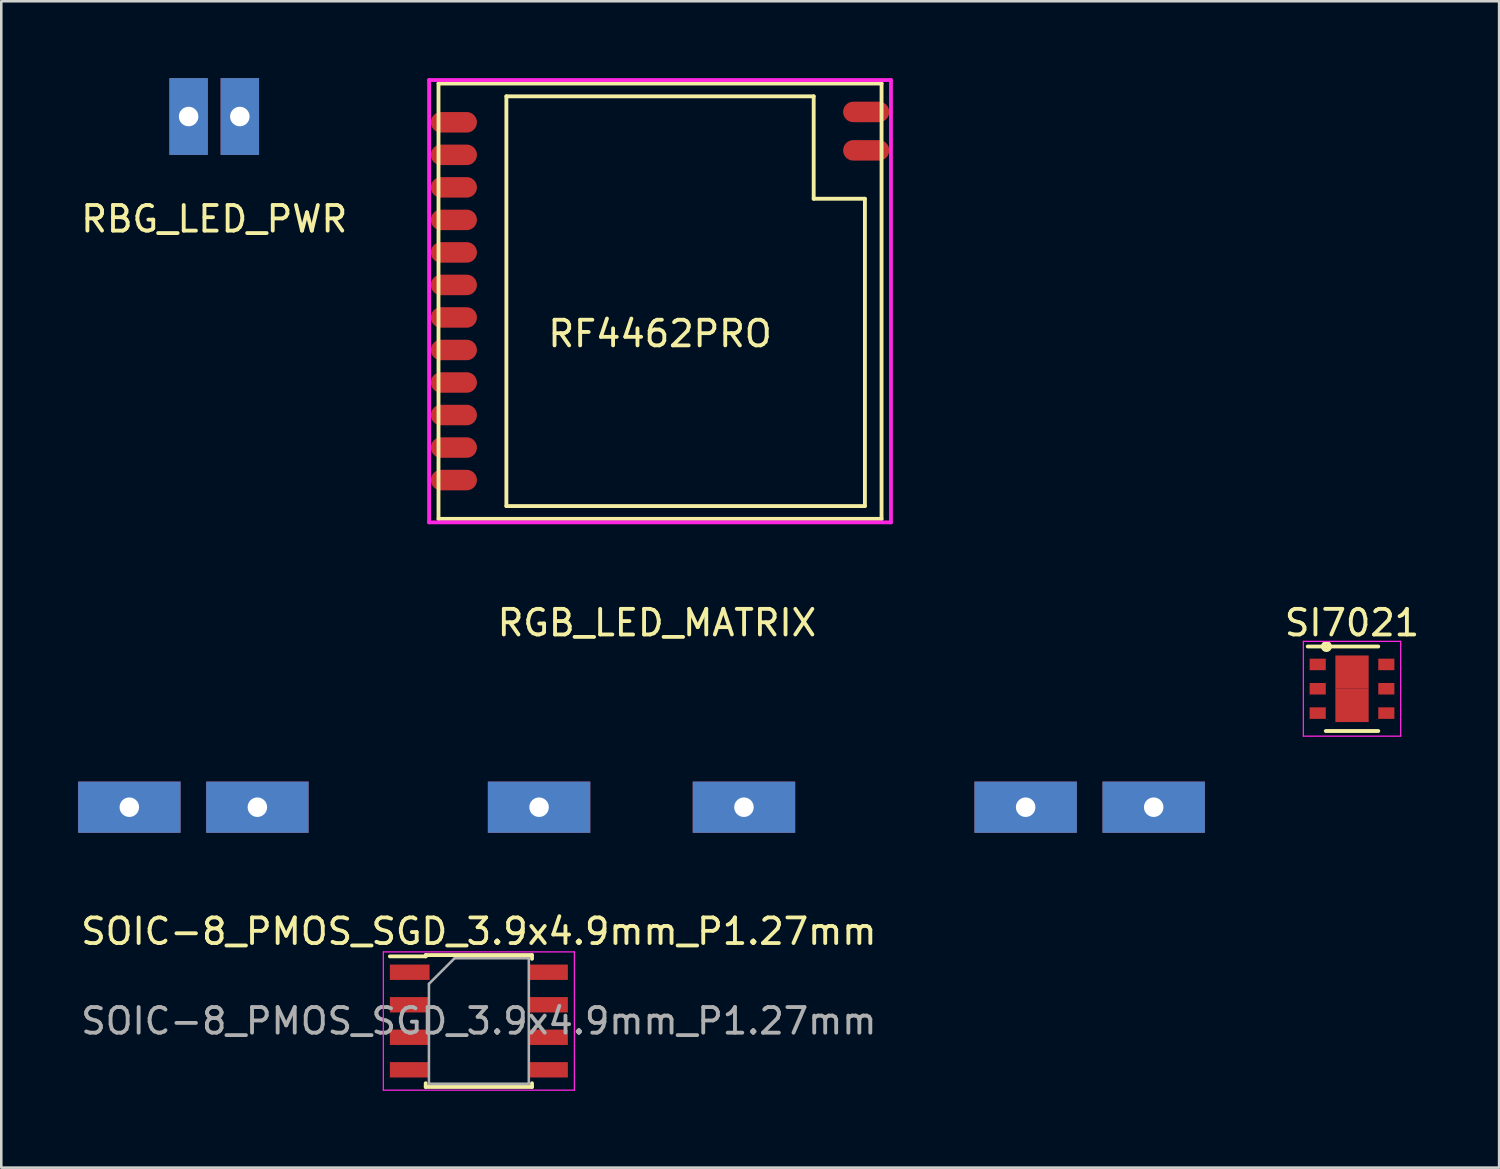
<source format=kicad_pcb>
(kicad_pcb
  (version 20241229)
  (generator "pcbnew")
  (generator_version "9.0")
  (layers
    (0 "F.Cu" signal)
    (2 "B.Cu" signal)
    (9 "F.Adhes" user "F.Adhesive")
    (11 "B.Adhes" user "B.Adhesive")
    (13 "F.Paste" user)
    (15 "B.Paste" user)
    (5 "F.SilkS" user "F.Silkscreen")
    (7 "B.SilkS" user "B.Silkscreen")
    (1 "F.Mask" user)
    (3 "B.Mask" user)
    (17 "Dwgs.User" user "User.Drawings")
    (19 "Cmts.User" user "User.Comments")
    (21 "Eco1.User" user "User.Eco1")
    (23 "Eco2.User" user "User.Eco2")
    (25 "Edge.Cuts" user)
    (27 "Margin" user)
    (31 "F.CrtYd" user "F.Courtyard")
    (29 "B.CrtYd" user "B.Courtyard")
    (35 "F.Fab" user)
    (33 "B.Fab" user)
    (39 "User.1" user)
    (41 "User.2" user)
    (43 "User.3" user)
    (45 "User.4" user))
  (footprint "RF4462PRO"
    (layer "F.Cu")
    (at 22.723 8.711)
    (property "Reference" "RF4462PRO" (at 0 1.27 0) (layer "F.SilkS") (effects (font (size 1 1) (thickness 0.15))))
    (attr smd)
    (fp_line (start -8.65 -8.5) (end 8.65 -8.5) (stroke (width 0.15) (type solid)) (layer "F.SilkS"))
    (fp_line (start -8.65 8.5) (end -8.65 -8.5) (stroke (width 0.15) (type solid)) (layer "F.SilkS"))
    (fp_line (start -6 -8) (end -6 8) (stroke (width 0.15) (type solid)) (layer "F.SilkS"))
    (fp_line (start -6 8) (end 8 8) (stroke (width 0.15) (type solid)) (layer "F.SilkS"))
    (fp_line (start 6 -8) (end -6 -8) (stroke (width 0.15) (type solid)) (layer "F.SilkS"))
    (fp_line (start 6 -4) (end 6 -8) (stroke (width 0.15) (type solid)) (layer "F.SilkS"))
    (fp_line (start 8 -4) (end 6 -4) (stroke (width 0.15) (type solid)) (layer "F.SilkS"))
    (fp_line (start 8 8) (end 8 -4) (stroke (width 0.15) (type solid)) (layer "F.SilkS"))
    (fp_line (start 8.65 -8.5) (end 8.65 8.5) (stroke (width 0.15) (type solid)) (layer "F.SilkS"))
    (fp_line (start 8.65 8.5) (end -8.65 8.5) (stroke (width 0.15) (type solid)) (layer "F.SilkS"))
    (fp_line (start -9.017 -8.636) (end 9.017 -8.636) (stroke (width 0.15) (type solid)) (layer "F.CrtYd"))
    (fp_line (start -9.017 8.636) (end -9.017 -8.636) (stroke (width 0.15) (type solid)) (layer "F.CrtYd"))
    (fp_line (start 9.017 -8.636) (end 9.017 8.636) (stroke (width 0.15) (type solid)) (layer "F.CrtYd"))
    (fp_line (start 9.017 8.636) (end -9.017 8.636) (stroke (width 0.15) (type solid)) (layer "F.CrtYd"))
    (pad "1" smd oval (at -8.05 -6.985) (size 1.8 0.8) (layers "F.Cu" "F.Mask" "F.Paste"))
    (pad "2" smd oval (at -8.05 -5.715) (size 1.8 0.8) (layers "F.Cu" "F.Mask" "F.Paste"))
    (pad "3" smd oval (at -8.05 -4.445) (size 1.8 0.8) (layers "F.Cu" "F.Mask" "F.Paste"))
    (pad "4" smd oval (at -8.05 -3.175) (size 1.8 0.8) (layers "F.Cu" "F.Mask" "F.Paste"))
    (pad "5" smd oval (at -8.05 -1.905) (size 1.8 0.8) (layers "F.Cu" "F.Mask" "F.Paste"))
    (pad "6" smd oval (at -8.05 -0.635) (size 1.8 0.8) (layers "F.Cu" "F.Mask" "F.Paste"))
    (pad "7" smd oval (at -8.05 0.635) (size 1.8 0.8) (layers "F.Cu" "F.Mask" "F.Paste"))
    (pad "8" smd oval (at -8.05 1.905) (size 1.8 0.8) (layers "F.Cu" "F.Mask" "F.Paste"))
    (pad "9" smd oval (at -8.05 3.175) (size 1.8 0.8) (layers "F.Cu" "F.Mask" "F.Paste"))
    (pad "10" smd oval (at -8.05 4.445) (size 1.8 0.8) (layers "F.Cu" "F.Mask" "F.Paste"))
    (pad "11" smd oval (at -8.05 5.715) (size 1.8 0.8) (layers "F.Cu" "F.Mask" "F.Paste"))
    (pad "12" smd oval (at -8.05 6.985) (size 1.8 0.8) (layers "F.Cu" "F.Mask" "F.Paste"))
    (pad "13" smd oval (at 8.05 -7.39) (size 1.8 0.8) (layers "F.Cu" "F.Mask" "F.Paste"))
    (pad "14" smd oval (at 8.05 -5.89) (size 1.8 0.8) (layers "F.Cu" "F.Mask" "F.Paste")))
  (footprint "SOIC-8_PMOS_SGD_3.9x4.9mm_P1.27mm"
    (layer "F.Cu")
    (at 15.649 36.819)
    (property "Reference" "SOIC-8_PMOS_SGD_3.9x4.9mm_P1.27mm" (at 0 -3.5 0) (layer "F.SilkS") (effects (font (size 1 1) (thickness 0.15))))
    (attr smd)
    (fp_line (start -2.075 -2.575) (end -2.075 -2.525) (stroke (width 0.15) (type solid)) (layer "F.SilkS"))
    (fp_line (start -2.075 -2.575) (end 2.075 -2.575) (stroke (width 0.15) (type solid)) (layer "F.SilkS"))
    (fp_line (start -2.075 -2.525) (end -3.475 -2.525) (stroke (width 0.15) (type solid)) (layer "F.SilkS"))
    (fp_line (start -2.075 2.575) (end -2.075 2.43) (stroke (width 0.15) (type solid)) (layer "F.SilkS"))
    (fp_line (start -2.075 2.575) (end 2.075 2.575) (stroke (width 0.15) (type solid)) (layer "F.SilkS"))
    (fp_line (start 2.075 -2.575) (end 2.075 -2.43) (stroke (width 0.15) (type solid)) (layer "F.SilkS"))
    (fp_line (start 2.075 2.575) (end 2.075 2.43) (stroke (width 0.15) (type solid)) (layer "F.SilkS"))
    (fp_line (start -3.73 -2.7) (end -3.73 2.7) (stroke (width 0.05) (type solid)) (layer "F.CrtYd"))
    (fp_line (start -3.73 -2.7) (end 3.73 -2.7) (stroke (width 0.05) (type solid)) (layer "F.CrtYd"))
    (fp_line (start -3.73 2.7) (end 3.73 2.7) (stroke (width 0.05) (type solid)) (layer "F.CrtYd"))
    (fp_line (start 3.73 -2.7) (end 3.73 2.7) (stroke (width 0.05) (type solid)) (layer "F.CrtYd"))
    (fp_line (start -1.95 -1.45) (end -0.95 -2.45) (stroke (width 0.1) (type solid)) (layer "F.Fab"))
    (fp_line (start -1.95 2.45) (end -1.95 -1.45) (stroke (width 0.1) (type solid)) (layer "F.Fab"))
    (fp_line (start -0.95 -2.45) (end 1.95 -2.45) (stroke (width 0.1) (type solid)) (layer "F.Fab"))
    (fp_line (start 1.95 -2.45) (end 1.95 2.45) (stroke (width 0.1) (type solid)) (layer "F.Fab"))
    (fp_line (start 1.95 2.45) (end -1.95 2.45) (stroke (width 0.1) (type solid)) (layer "F.Fab"))
    (fp_text user "${REFERENCE}" (at 0 0 0) (layer "F.Fab") (effects (font (size 1 1) (thickness 0.15))))
    (pad "1" smd rect (at -2.7 -1.905) (size 1.55 0.6) (layers "F.Cu" "F.Mask" "F.Paste"))
    (pad "1" smd rect (at -2.7 -0.635) (size 1.55 0.6) (layers "F.Cu" "F.Mask" "F.Paste"))
    (pad "1" smd rect (at -2.7 0.635) (size 1.55 0.6) (layers "F.Cu" "F.Mask" "F.Paste"))
    (pad "2" smd rect (at -2.7 1.905) (size 1.55 0.6) (layers "F.Cu" "F.Mask" "F.Paste"))
    (pad "3" smd rect (at 2.7 -1.905) (size 1.55 0.6) (layers "F.Cu" "F.Mask" "F.Paste"))
    (pad "3" smd rect (at 2.7 -0.635) (size 1.55 0.6) (layers "F.Cu" "F.Mask" "F.Paste"))
    (pad "3" smd rect (at 2.7 0.635) (size 1.55 0.6) (layers "F.Cu" "F.Mask" "F.Paste"))
    (pad "3" smd rect (at 2.7 1.905) (size 1.55 0.6) (layers "F.Cu" "F.Mask" "F.Paste")))
  (footprint "RBG_LED_PWR"
    (layer "F.Cu")
    (at 5.315 1.5)
    (property "Reference" "RBG_LED_PWR" (at 0 4 0) (layer "F.SilkS") (effects (font (size 1 1) (thickness 0.15))))
    (attr through_hole)
    (pad "1" thru_hole rect (at -1 0) (size 1.5 3) (drill 0.762) (layers "*.Cu" "*.Mask"))
    (pad "2" thru_hole rect (at 1 0) (size 1.5 3) (drill 0.762) (layers "*.Cu" "*.Mask")))
  (footprint "RGB_LED_MATRIX"
    (layer "F.Cu")
    (at 22 28.47)
    (property "Reference" "RGB_LED_MATRIX" (at 0.6 -7.2 0) (layer "F.SilkS") (effects (font (size 1 1) (thickness 0.15))))
    (attr through_hole)
    (pad "1" thru_hole rect (at -20 0) (size 4 2) (drill 0.762) (layers "*.Cu" "*.Mask"))
    (pad "2" thru_hole rect (at -15 0) (size 4 2) (drill 0.762) (layers "*.Cu" "*.Mask"))
    (pad "3" thru_hole rect (at -4 0) (size 4 2) (drill 0.762) (layers "*.Cu" "*.Mask"))
    (pad "4" thru_hole rect (at 4 0) (size 4 2) (drill 0.762) (layers "*.Cu" "*.Mask"))
    (pad "5" thru_hole rect (at 15 0) (size 4 2) (drill 0.762) (layers "*.Cu" "*.Mask"))
    (pad "6" thru_hole rect (at 20 0) (size 4 2) (drill 0.762) (layers "*.Cu" "*.Mask")))
  (footprint "SI7021"
    (layer "F.Cu")
    (at 49.744 23.845)
    (property "Reference" "SI7021" (at 0 -2.575 0) (layer "F.SilkS") (effects (font (size 1 1) (thickness 0.15))))
    (attr smd)
    (fp_line (start -1.73 -1.65) (end 1.025 -1.65) (stroke (width 0.15) (type solid)) (layer "F.SilkS"))
    (fp_line (start -1.025 1.65) (end 1.025 1.65) (stroke (width 0.15) (type solid)) (layer "F.SilkS"))
    (fp_circle (center -1 -1.65) (end -0.9 -1.55) (stroke (width 0.15) (type solid)) (fill no) (layer "F.SilkS"))
    (fp_line (start -1.9 -1.85) (end -1.9 1.85) (stroke (width 0.05) (type solid)) (layer "F.CrtYd"))
    (fp_line (start -1.9 -1.85) (end 1.9 -1.85) (stroke (width 0.05) (type solid)) (layer "F.CrtYd"))
    (fp_line (start -1.9 1.85) (end 1.9 1.85) (stroke (width 0.05) (type solid)) (layer "F.CrtYd"))
    (fp_line (start 1.9 -1.85) (end 1.9 1.85) (stroke (width 0.05) (type solid)) (layer "F.CrtYd"))
    (pad "" smd rect (at -0.325 -0.65) (size 0.65 1.3) (layers "F.Cu" "F.Mask" "F.Paste"))
    (pad "" smd rect (at -0.325 0.65) (size 0.65 1.3) (layers "F.Cu" "F.Mask" "F.Paste"))
    (pad "" smd rect (at 0.325 -0.65) (size 0.65 1.3) (layers "F.Cu" "F.Mask" "F.Paste"))
    (pad "" smd rect (at 0.325 0.65) (size 0.65 1.3) (layers "F.Cu" "F.Mask" "F.Paste"))
    (pad "1" smd rect (at -1.34 -0.95) (size 0.63 0.45) (layers "F.Cu" "F.Mask" "F.Paste"))
    (pad "2" smd rect (at -1.34 0) (size 0.63 0.45) (layers "F.Cu" "F.Mask" "F.Paste"))
    (pad "3" smd rect (at -1.34 0.95) (size 0.63 0.45) (layers "F.Cu" "F.Mask" "F.Paste"))
    (pad "4" smd rect (at 1.34 0.95) (size 0.63 0.45) (layers "F.Cu" "F.Mask" "F.Paste"))
    (pad "5" smd rect (at 1.34 0) (size 0.63 0.45) (layers "F.Cu" "F.Mask" "F.Paste"))
    (pad "6" smd rect (at 1.34 -0.95) (size 0.63 0.45) (layers "F.Cu" "F.Mask" "F.Paste")))
  (gr_rect
    (start -3 -3)
    (end 55.488 42.544)
    (stroke (width 0.1) (type default))
    (fill no)
    (layer "Edge.Cuts")))
</source>
